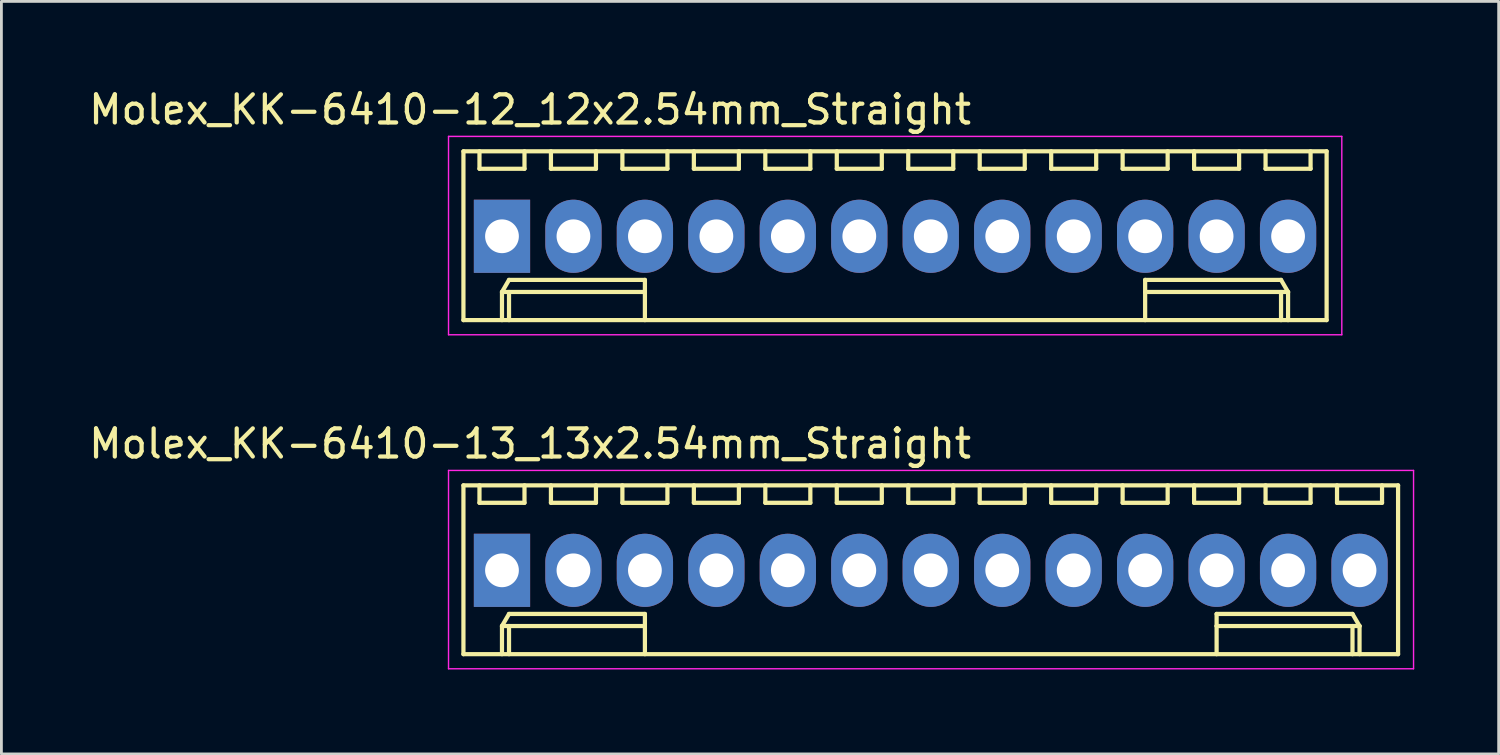
<source format=kicad_pcb>
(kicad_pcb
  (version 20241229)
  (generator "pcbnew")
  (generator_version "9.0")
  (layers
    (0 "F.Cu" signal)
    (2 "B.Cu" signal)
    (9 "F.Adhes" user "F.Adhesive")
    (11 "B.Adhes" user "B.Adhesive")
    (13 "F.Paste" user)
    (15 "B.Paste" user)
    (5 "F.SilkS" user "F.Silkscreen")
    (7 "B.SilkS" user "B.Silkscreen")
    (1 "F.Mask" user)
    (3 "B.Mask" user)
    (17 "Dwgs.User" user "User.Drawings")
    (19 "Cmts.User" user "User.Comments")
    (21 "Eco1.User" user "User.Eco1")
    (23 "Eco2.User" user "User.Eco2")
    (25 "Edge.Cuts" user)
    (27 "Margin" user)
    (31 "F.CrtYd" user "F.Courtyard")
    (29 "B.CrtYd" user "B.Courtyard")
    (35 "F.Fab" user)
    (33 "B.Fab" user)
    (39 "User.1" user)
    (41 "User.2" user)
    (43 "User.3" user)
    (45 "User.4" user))
  (footprint "Molex_KK-6410-12_12x2.54mm_Straight"
    (layer "F.Cu")
    (at 14.792 5.348)
    (property "Reference" "Molex_KK-6410-12_12x2.54mm_Straight" (at 1 -4.5 0) (layer "F.SilkS") (effects (font (size 1 1) (thickness 0.15))))
    (attr through_hole)
    (fp_line (start -1.37 -3.02) (end -1.37 2.98) (stroke (width 0.15) (type solid)) (layer "F.SilkS"))
    (fp_line (start -1.37 2.98) (end 29.31 2.98) (stroke (width 0.15) (type solid)) (layer "F.SilkS"))
    (fp_line (start -0.8 -3.02) (end -0.8 -2.4) (stroke (width 0.15) (type solid)) (layer "F.SilkS"))
    (fp_line (start -0.8 -2.4) (end 0.8 -2.4) (stroke (width 0.15) (type solid)) (layer "F.SilkS"))
    (fp_line (start 0 1.98) (end 0.25 1.55) (stroke (width 0.15) (type solid)) (layer "F.SilkS"))
    (fp_line (start 0 1.98) (end 5.08 1.98) (stroke (width 0.15) (type solid)) (layer "F.SilkS"))
    (fp_line (start 0 2.98) (end 0 1.98) (stroke (width 0.15) (type solid)) (layer "F.SilkS"))
    (fp_line (start 0.25 1.55) (end 5.08 1.55) (stroke (width 0.15) (type solid)) (layer "F.SilkS"))
    (fp_line (start 0.25 2.98) (end 0.25 1.98) (stroke (width 0.15) (type solid)) (layer "F.SilkS"))
    (fp_line (start 0.8 -2.4) (end 0.8 -3.02) (stroke (width 0.15) (type solid)) (layer "F.SilkS"))
    (fp_line (start 1.74 -3.02) (end 1.74 -2.4) (stroke (width 0.15) (type solid)) (layer "F.SilkS"))
    (fp_line (start 1.74 -2.4) (end 3.34 -2.4) (stroke (width 0.15) (type solid)) (layer "F.SilkS"))
    (fp_line (start 3.34 -2.4) (end 3.34 -3.02) (stroke (width 0.15) (type solid)) (layer "F.SilkS"))
    (fp_line (start 4.28 -3.02) (end 4.28 -2.4) (stroke (width 0.15) (type solid)) (layer "F.SilkS"))
    (fp_line (start 4.28 -2.4) (end 5.88 -2.4) (stroke (width 0.15) (type solid)) (layer "F.SilkS"))
    (fp_line (start 5.08 1.55) (end 5.08 1.98) (stroke (width 0.15) (type solid)) (layer "F.SilkS"))
    (fp_line (start 5.08 1.98) (end 5.08 2.98) (stroke (width 0.15) (type solid)) (layer "F.SilkS"))
    (fp_line (start 5.88 -2.4) (end 5.88 -3.02) (stroke (width 0.15) (type solid)) (layer "F.SilkS"))
    (fp_line (start 6.82 -3.02) (end 6.82 -2.4) (stroke (width 0.15) (type solid)) (layer "F.SilkS"))
    (fp_line (start 6.82 -2.4) (end 8.42 -2.4) (stroke (width 0.15) (type solid)) (layer "F.SilkS"))
    (fp_line (start 8.42 -2.4) (end 8.42 -3.02) (stroke (width 0.15) (type solid)) (layer "F.SilkS"))
    (fp_line (start 9.36 -3.02) (end 9.36 -2.4) (stroke (width 0.15) (type solid)) (layer "F.SilkS"))
    (fp_line (start 9.36 -2.4) (end 10.96 -2.4) (stroke (width 0.15) (type solid)) (layer "F.SilkS"))
    (fp_line (start 10.96 -2.4) (end 10.96 -3.02) (stroke (width 0.15) (type solid)) (layer "F.SilkS"))
    (fp_line (start 11.9 -3.02) (end 11.9 -2.4) (stroke (width 0.15) (type solid)) (layer "F.SilkS"))
    (fp_line (start 11.9 -2.4) (end 13.5 -2.4) (stroke (width 0.15) (type solid)) (layer "F.SilkS"))
    (fp_line (start 13.5 -2.4) (end 13.5 -3.02) (stroke (width 0.15) (type solid)) (layer "F.SilkS"))
    (fp_line (start 14.44 -3.02) (end 14.44 -2.4) (stroke (width 0.15) (type solid)) (layer "F.SilkS"))
    (fp_line (start 14.44 -2.4) (end 16.04 -2.4) (stroke (width 0.15) (type solid)) (layer "F.SilkS"))
    (fp_line (start 16.04 -2.4) (end 16.04 -3.02) (stroke (width 0.15) (type solid)) (layer "F.SilkS"))
    (fp_line (start 16.98 -3.02) (end 16.98 -2.4) (stroke (width 0.15) (type solid)) (layer "F.SilkS"))
    (fp_line (start 16.98 -2.4) (end 18.58 -2.4) (stroke (width 0.15) (type solid)) (layer "F.SilkS"))
    (fp_line (start 18.58 -2.4) (end 18.58 -3.02) (stroke (width 0.15) (type solid)) (layer "F.SilkS"))
    (fp_line (start 19.52 -3.02) (end 19.52 -2.4) (stroke (width 0.15) (type solid)) (layer "F.SilkS"))
    (fp_line (start 19.52 -2.4) (end 21.12 -2.4) (stroke (width 0.15) (type solid)) (layer "F.SilkS"))
    (fp_line (start 21.12 -2.4) (end 21.12 -3.02) (stroke (width 0.15) (type solid)) (layer "F.SilkS"))
    (fp_line (start 22.06 -3.02) (end 22.06 -2.4) (stroke (width 0.15) (type solid)) (layer "F.SilkS"))
    (fp_line (start 22.06 -2.4) (end 23.66 -2.4) (stroke (width 0.15) (type solid)) (layer "F.SilkS"))
    (fp_line (start 22.86 1.55) (end 22.86 1.98) (stroke (width 0.15) (type solid)) (layer "F.SilkS"))
    (fp_line (start 22.86 1.98) (end 22.86 2.98) (stroke (width 0.15) (type solid)) (layer "F.SilkS"))
    (fp_line (start 23.66 -2.4) (end 23.66 -3.02) (stroke (width 0.15) (type solid)) (layer "F.SilkS"))
    (fp_line (start 24.6 -3.02) (end 24.6 -2.4) (stroke (width 0.15) (type solid)) (layer "F.SilkS"))
    (fp_line (start 24.6 -2.4) (end 26.2 -2.4) (stroke (width 0.15) (type solid)) (layer "F.SilkS"))
    (fp_line (start 26.2 -2.4) (end 26.2 -3.02) (stroke (width 0.15) (type solid)) (layer "F.SilkS"))
    (fp_line (start 27.14 -3.02) (end 27.14 -2.4) (stroke (width 0.15) (type solid)) (layer "F.SilkS"))
    (fp_line (start 27.14 -2.4) (end 28.74 -2.4) (stroke (width 0.15) (type solid)) (layer "F.SilkS"))
    (fp_line (start 27.69 1.55) (end 22.86 1.55) (stroke (width 0.15) (type solid)) (layer "F.SilkS"))
    (fp_line (start 27.69 2.98) (end 27.69 1.98) (stroke (width 0.15) (type solid)) (layer "F.SilkS"))
    (fp_line (start 27.94 1.98) (end 22.86 1.98) (stroke (width 0.15) (type solid)) (layer "F.SilkS"))
    (fp_line (start 27.94 1.98) (end 27.69 1.55) (stroke (width 0.15) (type solid)) (layer "F.SilkS"))
    (fp_line (start 27.94 2.98) (end 27.94 1.98) (stroke (width 0.15) (type solid)) (layer "F.SilkS"))
    (fp_line (start 28.74 -2.4) (end 28.74 -3.02) (stroke (width 0.15) (type solid)) (layer "F.SilkS"))
    (fp_line (start 29.31 -3.02) (end -1.37 -3.02) (stroke (width 0.15) (type solid)) (layer "F.SilkS"))
    (fp_line (start 29.31 2.98) (end 29.31 -3.02) (stroke (width 0.15) (type solid)) (layer "F.SilkS"))
    (fp_line (start -1.9 -3.55) (end 29.85 -3.55) (stroke (width 0.05) (type solid)) (layer "F.CrtYd"))
    (fp_line (start -1.9 3.5) (end -1.9 -3.55) (stroke (width 0.05) (type solid)) (layer "F.CrtYd"))
    (fp_line (start 29.85 -3.55) (end 29.85 3.5) (stroke (width 0.05) (type solid)) (layer "F.CrtYd"))
    (fp_line (start 29.85 3.5) (end -1.9 3.5) (stroke (width 0.05) (type solid)) (layer "F.CrtYd"))
    (pad "1" thru_hole rect (at 0 0) (size 2 2.6) (drill 1.2) (layers "*.Cu" "*.Mask"))
    (pad "2" thru_hole oval (at 2.54 0) (size 2 2.6) (drill 1.2) (layers "*.Cu" "*.Mask"))
    (pad "3" thru_hole oval (at 5.08 0) (size 2 2.6) (drill 1.2) (layers "*.Cu" "*.Mask"))
    (pad "4" thru_hole oval (at 7.62 0) (size 2 2.6) (drill 1.2) (layers "*.Cu" "*.Mask"))
    (pad "5" thru_hole oval (at 10.16 0) (size 2 2.6) (drill 1.2) (layers "*.Cu" "*.Mask"))
    (pad "6" thru_hole oval (at 12.7 0) (size 2 2.6) (drill 1.2) (layers "*.Cu" "*.Mask"))
    (pad "7" thru_hole oval (at 15.24 0) (size 2 2.6) (drill 1.2) (layers "*.Cu" "*.Mask"))
    (pad "8" thru_hole oval (at 17.78 0) (size 2 2.6) (drill 1.2) (layers "*.Cu" "*.Mask"))
    (pad "9" thru_hole oval (at 20.32 0) (size 2 2.6) (drill 1.2) (layers "*.Cu" "*.Mask"))
    (pad "10" thru_hole oval (at 22.86 0) (size 2 2.6) (drill 1.2) (layers "*.Cu" "*.Mask"))
    (pad "11" thru_hole oval (at 25.4 0) (size 2 2.6) (drill 1.2) (layers "*.Cu" "*.Mask"))
    (pad "12" thru_hole oval (at 27.94 0) (size 2 2.6) (drill 1.2) (layers "*.Cu" "*.Mask")))
  (footprint "Molex_KK-6410-13_13x2.54mm_Straight"
    (layer "F.Cu")
    (at 14.792 17.221)
    (property "Reference" "Molex_KK-6410-13_13x2.54mm_Straight" (at 1 -4.5 0) (layer "F.SilkS") (effects (font (size 1 1) (thickness 0.15))))
    (attr through_hole)
    (fp_line (start -1.37 -3.02) (end -1.37 2.98) (stroke (width 0.15) (type solid)) (layer "F.SilkS"))
    (fp_line (start -1.37 2.98) (end 31.85 2.98) (stroke (width 0.15) (type solid)) (layer "F.SilkS"))
    (fp_line (start -0.8 -3.02) (end -0.8 -2.4) (stroke (width 0.15) (type solid)) (layer "F.SilkS"))
    (fp_line (start -0.8 -2.4) (end 0.8 -2.4) (stroke (width 0.15) (type solid)) (layer "F.SilkS"))
    (fp_line (start 0 1.98) (end 0.25 1.55) (stroke (width 0.15) (type solid)) (layer "F.SilkS"))
    (fp_line (start 0 1.98) (end 5.08 1.98) (stroke (width 0.15) (type solid)) (layer "F.SilkS"))
    (fp_line (start 0 2.98) (end 0 1.98) (stroke (width 0.15) (type solid)) (layer "F.SilkS"))
    (fp_line (start 0.25 1.55) (end 5.08 1.55) (stroke (width 0.15) (type solid)) (layer "F.SilkS"))
    (fp_line (start 0.25 2.98) (end 0.25 1.98) (stroke (width 0.15) (type solid)) (layer "F.SilkS"))
    (fp_line (start 0.8 -2.4) (end 0.8 -3.02) (stroke (width 0.15) (type solid)) (layer "F.SilkS"))
    (fp_line (start 1.74 -3.02) (end 1.74 -2.4) (stroke (width 0.15) (type solid)) (layer "F.SilkS"))
    (fp_line (start 1.74 -2.4) (end 3.34 -2.4) (stroke (width 0.15) (type solid)) (layer "F.SilkS"))
    (fp_line (start 3.34 -2.4) (end 3.34 -3.02) (stroke (width 0.15) (type solid)) (layer "F.SilkS"))
    (fp_line (start 4.28 -3.02) (end 4.28 -2.4) (stroke (width 0.15) (type solid)) (layer "F.SilkS"))
    (fp_line (start 4.28 -2.4) (end 5.88 -2.4) (stroke (width 0.15) (type solid)) (layer "F.SilkS"))
    (fp_line (start 5.08 1.55) (end 5.08 1.98) (stroke (width 0.15) (type solid)) (layer "F.SilkS"))
    (fp_line (start 5.08 1.98) (end 5.08 2.98) (stroke (width 0.15) (type solid)) (layer "F.SilkS"))
    (fp_line (start 5.88 -2.4) (end 5.88 -3.02) (stroke (width 0.15) (type solid)) (layer "F.SilkS"))
    (fp_line (start 6.82 -3.02) (end 6.82 -2.4) (stroke (width 0.15) (type solid)) (layer "F.SilkS"))
    (fp_line (start 6.82 -2.4) (end 8.42 -2.4) (stroke (width 0.15) (type solid)) (layer "F.SilkS"))
    (fp_line (start 8.42 -2.4) (end 8.42 -3.02) (stroke (width 0.15) (type solid)) (layer "F.SilkS"))
    (fp_line (start 9.36 -3.02) (end 9.36 -2.4) (stroke (width 0.15) (type solid)) (layer "F.SilkS"))
    (fp_line (start 9.36 -2.4) (end 10.96 -2.4) (stroke (width 0.15) (type solid)) (layer "F.SilkS"))
    (fp_line (start 10.96 -2.4) (end 10.96 -3.02) (stroke (width 0.15) (type solid)) (layer "F.SilkS"))
    (fp_line (start 11.9 -3.02) (end 11.9 -2.4) (stroke (width 0.15) (type solid)) (layer "F.SilkS"))
    (fp_line (start 11.9 -2.4) (end 13.5 -2.4) (stroke (width 0.15) (type solid)) (layer "F.SilkS"))
    (fp_line (start 13.5 -2.4) (end 13.5 -3.02) (stroke (width 0.15) (type solid)) (layer "F.SilkS"))
    (fp_line (start 14.44 -3.02) (end 14.44 -2.4) (stroke (width 0.15) (type solid)) (layer "F.SilkS"))
    (fp_line (start 14.44 -2.4) (end 16.04 -2.4) (stroke (width 0.15) (type solid)) (layer "F.SilkS"))
    (fp_line (start 16.04 -2.4) (end 16.04 -3.02) (stroke (width 0.15) (type solid)) (layer "F.SilkS"))
    (fp_line (start 16.98 -3.02) (end 16.98 -2.4) (stroke (width 0.15) (type solid)) (layer "F.SilkS"))
    (fp_line (start 16.98 -2.4) (end 18.58 -2.4) (stroke (width 0.15) (type solid)) (layer "F.SilkS"))
    (fp_line (start 18.58 -2.4) (end 18.58 -3.02) (stroke (width 0.15) (type solid)) (layer "F.SilkS"))
    (fp_line (start 19.52 -3.02) (end 19.52 -2.4) (stroke (width 0.15) (type solid)) (layer "F.SilkS"))
    (fp_line (start 19.52 -2.4) (end 21.12 -2.4) (stroke (width 0.15) (type solid)) (layer "F.SilkS"))
    (fp_line (start 21.12 -2.4) (end 21.12 -3.02) (stroke (width 0.15) (type solid)) (layer "F.SilkS"))
    (fp_line (start 22.06 -3.02) (end 22.06 -2.4) (stroke (width 0.15) (type solid)) (layer "F.SilkS"))
    (fp_line (start 22.06 -2.4) (end 23.66 -2.4) (stroke (width 0.15) (type solid)) (layer "F.SilkS"))
    (fp_line (start 23.66 -2.4) (end 23.66 -3.02) (stroke (width 0.15) (type solid)) (layer "F.SilkS"))
    (fp_line (start 24.6 -3.02) (end 24.6 -2.4) (stroke (width 0.15) (type solid)) (layer "F.SilkS"))
    (fp_line (start 24.6 -2.4) (end 26.2 -2.4) (stroke (width 0.15) (type solid)) (layer "F.SilkS"))
    (fp_line (start 25.4 1.55) (end 25.4 1.98) (stroke (width 0.15) (type solid)) (layer "F.SilkS"))
    (fp_line (start 25.4 1.98) (end 25.4 2.98) (stroke (width 0.15) (type solid)) (layer "F.SilkS"))
    (fp_line (start 26.2 -2.4) (end 26.2 -3.02) (stroke (width 0.15) (type solid)) (layer "F.SilkS"))
    (fp_line (start 27.14 -3.02) (end 27.14 -2.4) (stroke (width 0.15) (type solid)) (layer "F.SilkS"))
    (fp_line (start 27.14 -2.4) (end 28.74 -2.4) (stroke (width 0.15) (type solid)) (layer "F.SilkS"))
    (fp_line (start 28.74 -2.4) (end 28.74 -3.02) (stroke (width 0.15) (type solid)) (layer "F.SilkS"))
    (fp_line (start 29.68 -3.02) (end 29.68 -2.4) (stroke (width 0.15) (type solid)) (layer "F.SilkS"))
    (fp_line (start 29.68 -2.4) (end 31.28 -2.4) (stroke (width 0.15) (type solid)) (layer "F.SilkS"))
    (fp_line (start 30.23 1.55) (end 25.4 1.55) (stroke (width 0.15) (type solid)) (layer "F.SilkS"))
    (fp_line (start 30.23 2.98) (end 30.23 1.98) (stroke (width 0.15) (type solid)) (layer "F.SilkS"))
    (fp_line (start 30.48 1.98) (end 25.4 1.98) (stroke (width 0.15) (type solid)) (layer "F.SilkS"))
    (fp_line (start 30.48 1.98) (end 30.23 1.55) (stroke (width 0.15) (type solid)) (layer "F.SilkS"))
    (fp_line (start 30.48 2.98) (end 30.48 1.98) (stroke (width 0.15) (type solid)) (layer "F.SilkS"))
    (fp_line (start 31.28 -2.4) (end 31.28 -3.02) (stroke (width 0.15) (type solid)) (layer "F.SilkS"))
    (fp_line (start 31.85 -3.02) (end -1.37 -3.02) (stroke (width 0.15) (type solid)) (layer "F.SilkS"))
    (fp_line (start 31.85 2.98) (end 31.85 -3.02) (stroke (width 0.15) (type solid)) (layer "F.SilkS"))
    (fp_line (start -1.9 -3.55) (end 32.4 -3.55) (stroke (width 0.05) (type solid)) (layer "F.CrtYd"))
    (fp_line (start -1.9 3.5) (end -1.9 -3.55) (stroke (width 0.05) (type solid)) (layer "F.CrtYd"))
    (fp_line (start 32.4 -3.55) (end 32.4 3.5) (stroke (width 0.05) (type solid)) (layer "F.CrtYd"))
    (fp_line (start 32.4 3.5) (end -1.9 3.5) (stroke (width 0.05) (type solid)) (layer "F.CrtYd"))
    (pad "1" thru_hole rect (at 0 0) (size 2 2.6) (drill 1.2) (layers "*.Cu" "*.Mask"))
    (pad "2" thru_hole oval (at 2.54 0) (size 2 2.6) (drill 1.2) (layers "*.Cu" "*.Mask"))
    (pad "3" thru_hole oval (at 5.08 0) (size 2 2.6) (drill 1.2) (layers "*.Cu" "*.Mask"))
    (pad "4" thru_hole oval (at 7.62 0) (size 2 2.6) (drill 1.2) (layers "*.Cu" "*.Mask"))
    (pad "5" thru_hole oval (at 10.16 0) (size 2 2.6) (drill 1.2) (layers "*.Cu" "*.Mask"))
    (pad "6" thru_hole oval (at 12.7 0) (size 2 2.6) (drill 1.2) (layers "*.Cu" "*.Mask"))
    (pad "7" thru_hole oval (at 15.24 0) (size 2 2.6) (drill 1.2) (layers "*.Cu" "*.Mask"))
    (pad "8" thru_hole oval (at 17.78 0) (size 2 2.6) (drill 1.2) (layers "*.Cu" "*.Mask"))
    (pad "9" thru_hole oval (at 20.32 0) (size 2 2.6) (drill 1.2) (layers "*.Cu" "*.Mask"))
    (pad "10" thru_hole oval (at 22.86 0) (size 2 2.6) (drill 1.2) (layers "*.Cu" "*.Mask"))
    (pad "11" thru_hole oval (at 25.4 0) (size 2 2.6) (drill 1.2) (layers "*.Cu" "*.Mask"))
    (pad "12" thru_hole oval (at 27.94 0) (size 2 2.6) (drill 1.2) (layers "*.Cu" "*.Mask"))
    (pad "13" thru_hole oval (at 30.48 0) (size 2 2.6) (drill 1.2) (layers "*.Cu" "*.Mask")))
  (gr_rect
    (start -3 -3)
    (end 50.217 23.747)
    (stroke (width 0.1) (type default))
    (fill no)
    (layer "Edge.Cuts")))
</source>
